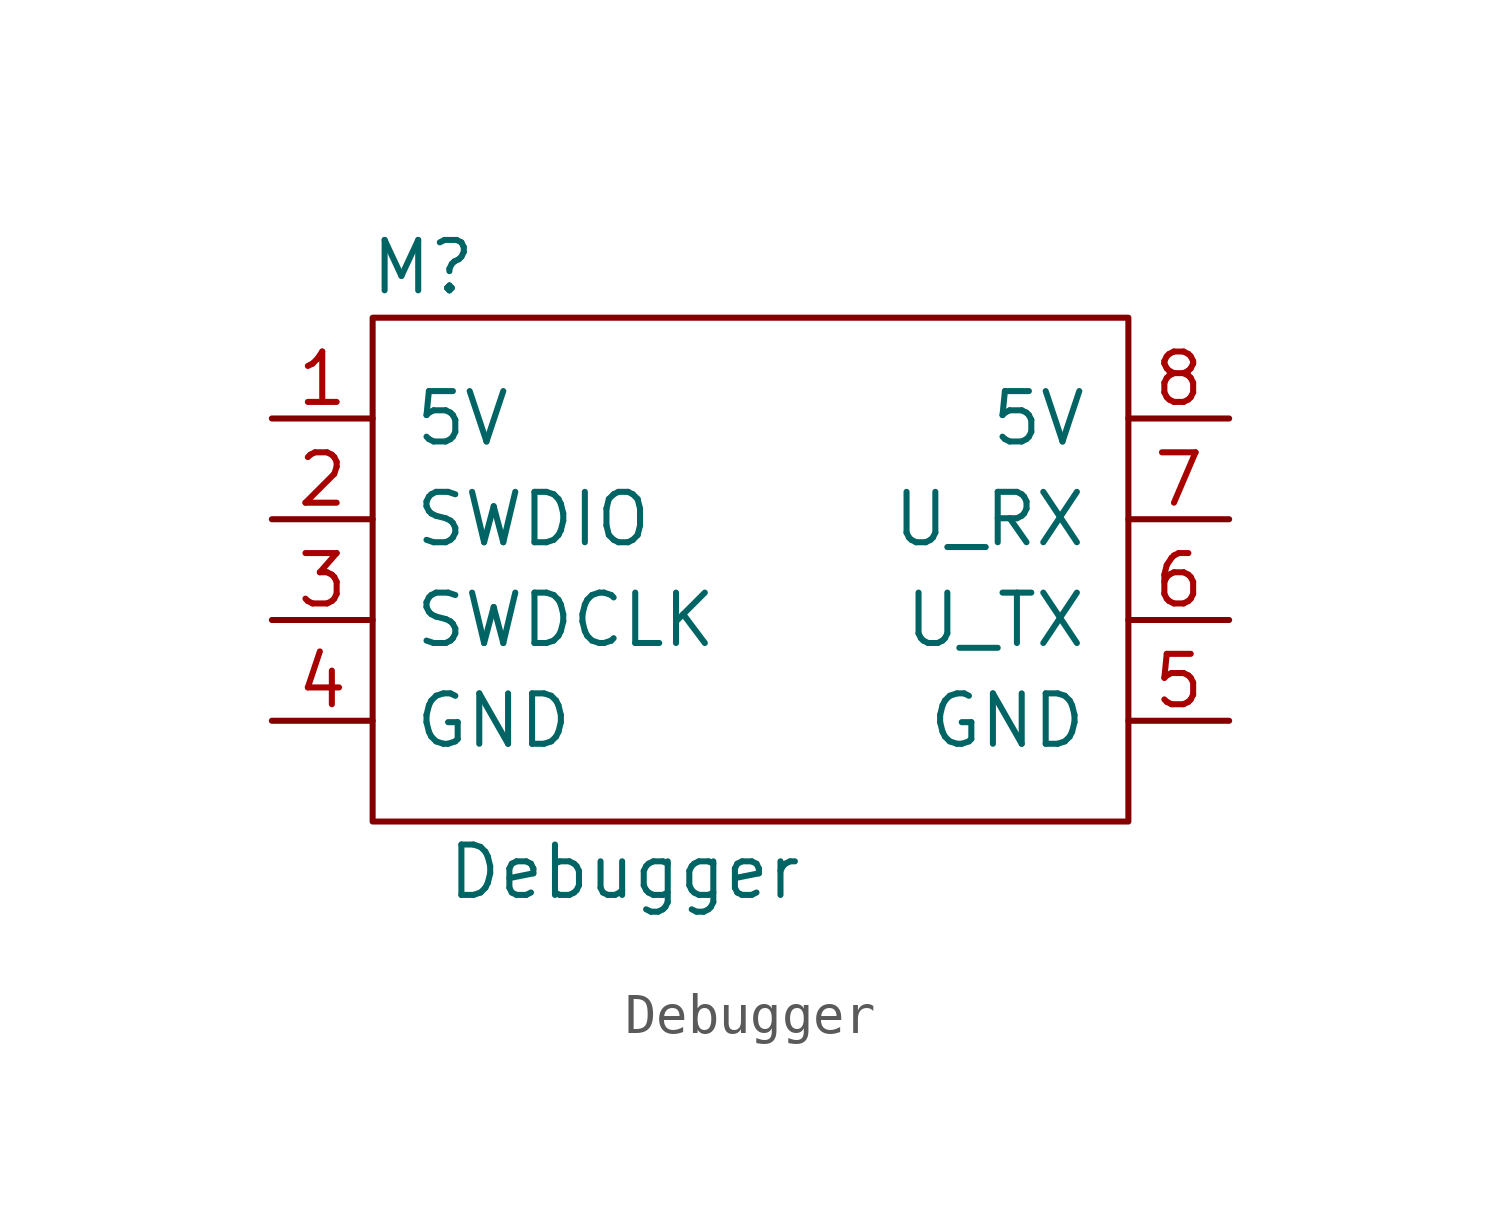
<source format=kicad_sym>
(kicad_symbol_lib
  (version 20211014)
  (generator kicad_symbol_editor)
  (symbol "Debugger"
    (pin_names
      (offset 1.016))
    (property "Reference" "M"
      (at 1.27 13.97 0)
      (effects (font (size 1.27 1.27))))
    (property "Value" "Debugger"
      (at 6.35 -1.27 0)
      (effects (font (size 1.27 1.27))))
    (symbol "Debugger_0_1"
      (rectangle (start 0 12.7) (end 19.05 0) (stroke (width 0) (type default) (color 0 0 0 0)) (fill (type none))))
    (symbol "Debugger_1_1"
      (pin power_in line (at -2.54 10.16 0) (length 2.54) (name "5V" (effects (font (size 1.27 1.27)))) (number "1" (effects (font (size 1.27 1.27)))))
      (pin bidirectional line (at -2.54 7.62 0) (length 2.54) (name "SWDIO" (effects (font (size 1.27 1.27)))) (number "2" (effects (font (size 1.27 1.27)))))
      (pin output line (at -2.54 5.08 0) (length 2.54) (name "SWDCLK" (effects (font (size 1.27 1.27)))) (number "3" (effects (font (size 1.27 1.27)))))
      (pin power_in line (at -2.54 2.54 0) (length 2.54) (name "GND" (effects (font (size 1.27 1.27)))) (number "4" (effects (font (size 1.27 1.27)))))
      (pin power_in line (at 21.59 2.54 180) (length 2.54) (name "GND" (effects (font (size 1.27 1.27)))) (number "5" (effects (font (size 1.27 1.27)))))
      (pin output line (at 21.59 5.08 180) (length 2.54) (name "U_TX" (effects (font (size 1.27 1.27)))) (number "6" (effects (font (size 1.27 1.27)))))
      (pin output line (at 21.59 7.62 180) (length 2.54) (name "U_RX" (effects (font (size 1.27 1.27)))) (number "7" (effects (font (size 1.27 1.27)))))
      (pin power_in line (at 21.59 10.16 180) (length 2.54) (name "5V" (effects (font (size 1.27 1.27)))) (number "8" (effects (font (size 1.27 1.27)))))
      (pin no_connect line (at 10.16 13.97 270) (length 2.54) hide (name "NC" (effects (font (size 1.27 1.27)))) (number "9" (effects (font (size 1.27 1.27))))))))
</source>
